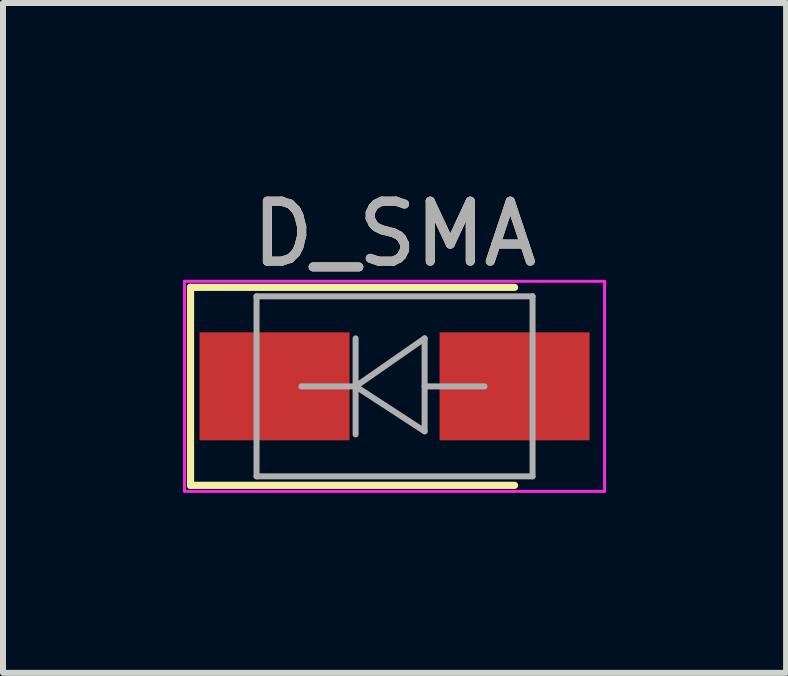
<source format=kicad_pcb>
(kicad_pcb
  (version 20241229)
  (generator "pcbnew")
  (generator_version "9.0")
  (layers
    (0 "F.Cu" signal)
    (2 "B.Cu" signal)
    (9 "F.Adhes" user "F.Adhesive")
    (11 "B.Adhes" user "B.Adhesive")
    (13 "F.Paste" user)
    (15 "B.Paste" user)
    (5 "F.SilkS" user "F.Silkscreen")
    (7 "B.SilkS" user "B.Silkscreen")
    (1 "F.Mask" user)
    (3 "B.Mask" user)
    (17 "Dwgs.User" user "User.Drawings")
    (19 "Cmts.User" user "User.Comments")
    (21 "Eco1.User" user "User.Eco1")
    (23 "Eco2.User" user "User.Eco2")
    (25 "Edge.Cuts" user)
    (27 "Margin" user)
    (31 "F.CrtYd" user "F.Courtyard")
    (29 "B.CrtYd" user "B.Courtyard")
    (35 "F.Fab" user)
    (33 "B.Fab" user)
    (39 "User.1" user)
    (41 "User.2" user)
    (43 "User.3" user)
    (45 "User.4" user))
  (footprint "D_SMA"
    (layer "F.Cu")
    (at 3.525 3.388)
    (property "Reference" "D_SMA" (at 0 -2.54 0) (layer "F.SilkS") (effects (font (size 1 1) (thickness 0.15))))
    (attr smd)
    (fp_line (start -3.4 -1.65) (end -3.4 1.65) (stroke (width 0.12) (type solid)) (layer "F.SilkS"))
    (fp_line (start -3.4 -1.65) (end 2 -1.65) (stroke (width 0.12) (type solid)) (layer "F.SilkS"))
    (fp_line (start -3.4 1.65) (end 2 1.65) (stroke (width 0.12) (type solid)) (layer "F.SilkS"))
    (fp_line (start -3.5 -1.75) (end 3.5 -1.75) (stroke (width 0.05) (type solid)) (layer "F.CrtYd"))
    (fp_line (start -3.5 1.75) (end -3.5 -1.75) (stroke (width 0.05) (type solid)) (layer "F.CrtYd"))
    (fp_line (start 3.5 -1.75) (end 3.5 1.75) (stroke (width 0.05) (type solid)) (layer "F.CrtYd"))
    (fp_line (start 3.5 1.75) (end -3.5 1.75) (stroke (width 0.05) (type solid)) (layer "F.CrtYd"))
    (fp_line (start -2.3 1.5) (end -2.3 -1.5) (stroke (width 0.1) (type solid)) (layer "F.Fab"))
    (fp_line (start -0.649 -0.799) (end -0.649 0.801) (stroke (width 0.1) (type solid)) (layer "F.Fab"))
    (fp_line (start -0.649 0.001) (end -1.551 0.001) (stroke (width 0.1) (type solid)) (layer "F.Fab"))
    (fp_line (start -0.649 0.001) (end 0.501 -0.799) (stroke (width 0.1) (type solid)) (layer "F.Fab"))
    (fp_line (start -0.649 0.001) (end 0.501 0.75) (stroke (width 0.1) (type solid)) (layer "F.Fab"))
    (fp_line (start 0.501 0.001) (end 1.499 0.001) (stroke (width 0.1) (type solid)) (layer "F.Fab"))
    (fp_line (start 0.501 0.75) (end 0.501 -0.799) (stroke (width 0.1) (type solid)) (layer "F.Fab"))
    (fp_line (start 2.3 -1.5) (end -2.3 -1.5) (stroke (width 0.1) (type solid)) (layer "F.Fab"))
    (fp_line (start 2.3 -1.5) (end 2.3 1.5) (stroke (width 0.1) (type solid)) (layer "F.Fab"))
    (fp_line (start 2.3 1.5) (end -2.3 1.5) (stroke (width 0.1) (type solid)) (layer "F.Fab"))
    (fp_text user "${REFERENCE}" (at 0 -2.54 0) (layer "F.Fab") (effects (font (size 1 1) (thickness 0.15))))
    (pad "1" smd rect (at -2 0) (size 2.5 1.8) (layers "F.Cu" "F.Mask" "F.Paste"))
    (pad "2" smd rect (at 2 0) (size 2.5 1.8) (layers "F.Cu" "F.Mask" "F.Paste")))
  (gr_rect
    (start -3 -3)
    (end 10.05 8.163)
    (stroke (width 0.1) (type default))
    (fill no)
    (layer "Edge.Cuts")))
</source>
